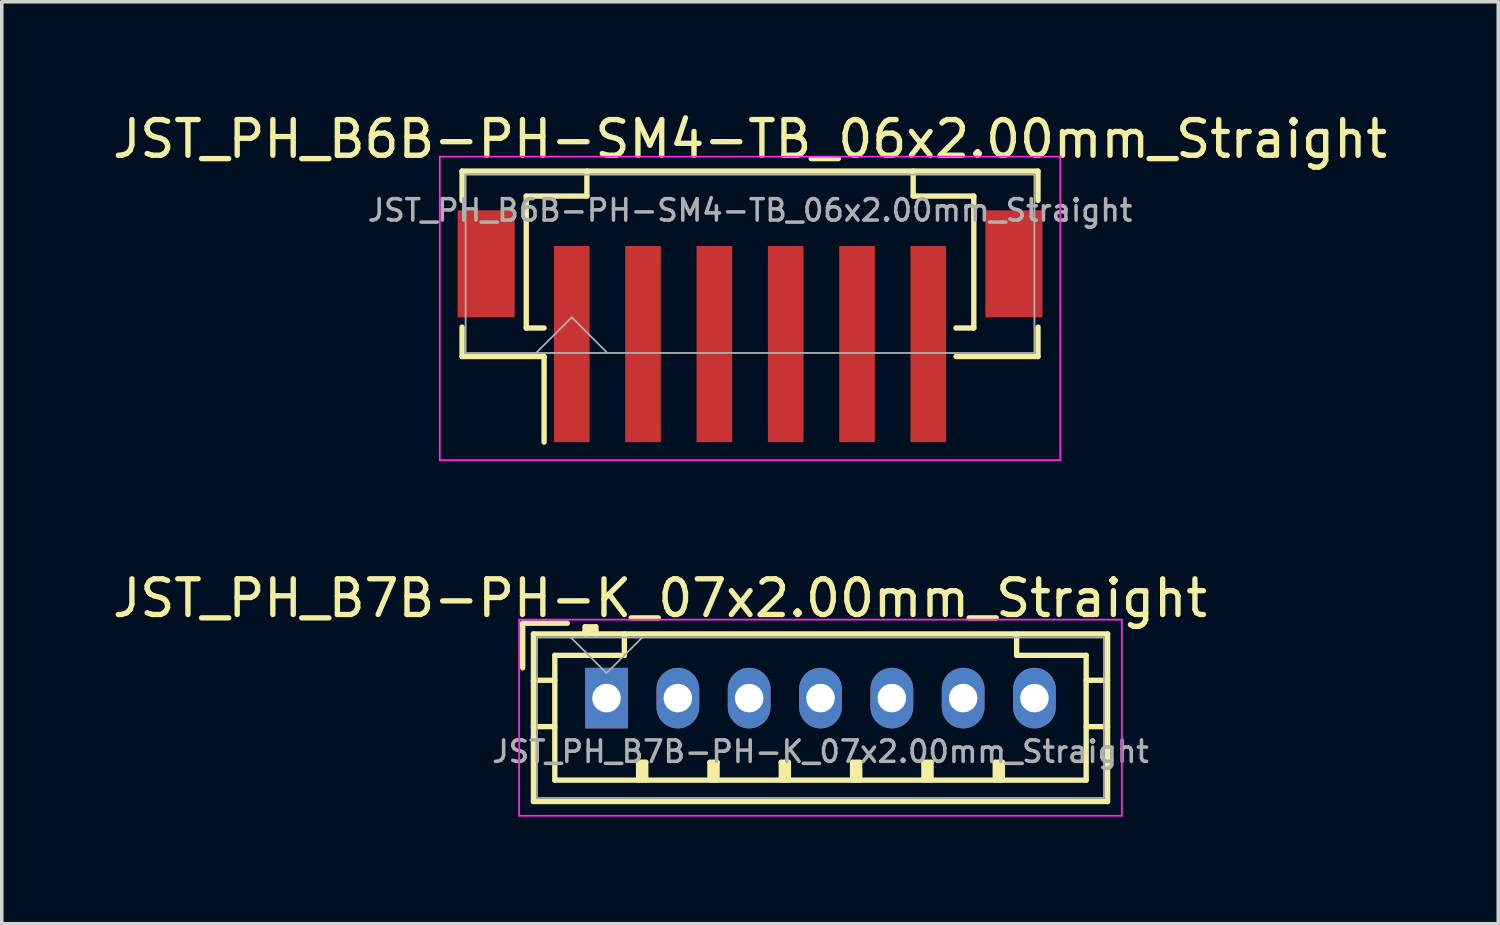
<source format=kicad_pcb>
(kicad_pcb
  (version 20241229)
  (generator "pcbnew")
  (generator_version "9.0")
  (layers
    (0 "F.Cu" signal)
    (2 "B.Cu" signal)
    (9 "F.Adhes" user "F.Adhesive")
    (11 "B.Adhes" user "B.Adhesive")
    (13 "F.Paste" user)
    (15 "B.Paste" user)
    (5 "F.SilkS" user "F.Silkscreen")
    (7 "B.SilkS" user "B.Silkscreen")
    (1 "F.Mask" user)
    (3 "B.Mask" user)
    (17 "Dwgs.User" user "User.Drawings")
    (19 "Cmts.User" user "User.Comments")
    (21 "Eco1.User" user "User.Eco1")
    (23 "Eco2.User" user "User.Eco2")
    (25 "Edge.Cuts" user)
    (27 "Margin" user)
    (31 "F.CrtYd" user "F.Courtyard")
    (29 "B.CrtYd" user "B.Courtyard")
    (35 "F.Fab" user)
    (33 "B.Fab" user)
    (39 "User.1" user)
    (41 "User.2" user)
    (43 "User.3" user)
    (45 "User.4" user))
  (footprint "JST_PH_B6B-PH-SM4-TB_06x2.00mm_Straight"
    (layer "F.Cu")
    (at 17.982 5.473)
    (property "Reference" "JST_PH_B6B-PH-SM4-TB_06x2.00mm_Straight" (at 0 -2.625 0) (layer "F.Fab") (effects (font (size 0.6 0.6) (thickness 0.1))))
    (attr smd)
    (fp_line (start -8.075 -3.725) (end 8.075 -3.725) (stroke (width 0.15) (type solid)) (layer "F.SilkS"))
    (fp_line (start -8.075 -2.9) (end -8.075 -3.725) (stroke (width 0.15) (type solid)) (layer "F.SilkS"))
    (fp_line (start -8.075 0.65) (end -8.075 1.475) (stroke (width 0.15) (type solid)) (layer "F.SilkS"))
    (fp_line (start -8.075 1.475) (end -5.775 1.475) (stroke (width 0.15) (type solid)) (layer "F.SilkS"))
    (fp_line (start -6.275 -3.025) (end -6.275 0.675) (stroke (width 0.15) (type solid)) (layer "F.SilkS"))
    (fp_line (start -6.275 0.675) (end -5.775 0.675) (stroke (width 0.15) (type solid)) (layer "F.SilkS"))
    (fp_line (start -5.775 1.475) (end -5.775 3.875) (stroke (width 0.15) (type solid)) (layer "F.SilkS"))
    (fp_line (start -4.575 -3.725) (end -4.575 -3.025) (stroke (width 0.15) (type solid)) (layer "F.SilkS"))
    (fp_line (start -4.575 -3.025) (end -6.275 -3.025) (stroke (width 0.15) (type solid)) (layer "F.SilkS"))
    (fp_line (start 4.575 -3.725) (end 4.575 -3.025) (stroke (width 0.15) (type solid)) (layer "F.SilkS"))
    (fp_line (start 4.575 -3.025) (end 6.275 -3.025) (stroke (width 0.15) (type solid)) (layer "F.SilkS"))
    (fp_line (start 6.275 -3.025) (end 6.275 0.675) (stroke (width 0.15) (type solid)) (layer "F.SilkS"))
    (fp_line (start 6.275 0.675) (end 5.775 0.675) (stroke (width 0.15) (type solid)) (layer "F.SilkS"))
    (fp_line (start 8.075 -3.725) (end 8.075 -2.9) (stroke (width 0.15) (type solid)) (layer "F.SilkS"))
    (fp_line (start 8.075 0.65) (end 8.075 1.475) (stroke (width 0.15) (type solid)) (layer "F.SilkS"))
    (fp_line (start 8.075 1.475) (end 5.775 1.475) (stroke (width 0.15) (type solid)) (layer "F.SilkS"))
    (fp_line (start -8.7 -4.13) (end -8.7 4.38) (stroke (width 0.05) (type solid)) (layer "F.CrtYd"))
    (fp_line (start -8.7 4.38) (end 8.7 4.38) (stroke (width 0.05) (type solid)) (layer "F.CrtYd"))
    (fp_line (start 8.7 -4.13) (end -8.7 -4.13) (stroke (width 0.05) (type solid)) (layer "F.CrtYd"))
    (fp_line (start 8.7 4.38) (end 8.7 -4.13) (stroke (width 0.05) (type solid)) (layer "F.CrtYd"))
    (fp_line (start -7.975 -3.625) (end -7.975 1.375) (stroke (width 0.05) (type solid)) (layer "F.Fab"))
    (fp_line (start -7.975 1.375) (end 7.975 1.375) (stroke (width 0.05) (type solid)) (layer "F.Fab"))
    (fp_line (start -6 1.375) (end -5 0.375) (stroke (width 0.05) (type solid)) (layer "F.Fab"))
    (fp_line (start -5 0.375) (end -4 1.375) (stroke (width 0.05) (type solid)) (layer "F.Fab"))
    (fp_line (start 7.975 -3.625) (end -7.975 -3.625) (stroke (width 0.05) (type solid)) (layer "F.Fab"))
    (fp_line (start 7.975 1.375) (end 7.975 -3.625) (stroke (width 0.05) (type solid)) (layer "F.Fab"))
    (fp_text user "${REFERENCE}" (at 0 -4.625 0) (layer "F.SilkS") (effects (font (size 1 1) (thickness 0.15))))
    (pad "" smd rect (at -7.4 -1.125) (size 1.6 3) (layers "F.Cu" "F.Mask" "F.Paste"))
    (pad "" smd rect (at 7.4 -1.125) (size 1.6 3) (layers "F.Cu" "F.Mask" "F.Paste"))
    (pad "1" smd rect (at -5 1.125) (size 1 5.5) (layers "F.Cu" "F.Mask" "F.Paste"))
    (pad "2" smd rect (at -3 1.125) (size 1 5.5) (layers "F.Cu" "F.Mask" "F.Paste"))
    (pad "3" smd rect (at -1 1.125) (size 1 5.5) (layers "F.Cu" "F.Mask" "F.Paste"))
    (pad "4" smd rect (at 1 1.125) (size 1 5.5) (layers "F.Cu" "F.Mask" "F.Paste"))
    (pad "5" smd rect (at 3 1.125) (size 1 5.5) (layers "F.Cu" "F.Mask" "F.Paste"))
    (pad "6" smd rect (at 5 1.125) (size 1 5.5) (layers "F.Cu" "F.Mask" "F.Paste")))
  (footprint "JST_PH_B7B-PH-K_07x2.00mm_Straight"
    (layer "F.Cu")
    (at 13.958 16.526)
    (property "Reference" "JST_PH_B7B-PH-K_07x2.00mm_Straight" (at 6 1.5 0) (layer "F.Fab") (effects (font (size 0.6 0.6) (thickness 0.1))))
    (attr through_hole)
    (fp_line (start -2.35 -2.1) (end -2.35 -0.85) (stroke (width 0.15) (type solid)) (layer "F.SilkS"))
    (fp_line (start -2.05 -1.8) (end -2.05 2.9) (stroke (width 0.15) (type solid)) (layer "F.SilkS"))
    (fp_line (start -2.05 -0.5) (end -1.45 -0.5) (stroke (width 0.15) (type solid)) (layer "F.SilkS"))
    (fp_line (start -2.05 0.8) (end -1.45 0.8) (stroke (width 0.15) (type solid)) (layer "F.SilkS"))
    (fp_line (start -2.05 2.9) (end 14.05 2.9) (stroke (width 0.15) (type solid)) (layer "F.SilkS"))
    (fp_line (start -1.45 -1.2) (end -1.45 2.3) (stroke (width 0.15) (type solid)) (layer "F.SilkS"))
    (fp_line (start -1.45 2.3) (end 13.45 2.3) (stroke (width 0.15) (type solid)) (layer "F.SilkS"))
    (fp_line (start -1.1 -2.1) (end -2.35 -2.1) (stroke (width 0.15) (type solid)) (layer "F.SilkS"))
    (fp_line (start -0.6 -2) (end -0.6 -1.8) (stroke (width 0.15) (type solid)) (layer "F.SilkS"))
    (fp_line (start -0.3 -2) (end -0.6 -2) (stroke (width 0.15) (type solid)) (layer "F.SilkS"))
    (fp_line (start -0.3 -1.9) (end -0.6 -1.9) (stroke (width 0.15) (type solid)) (layer "F.SilkS"))
    (fp_line (start -0.3 -1.8) (end -0.3 -2) (stroke (width 0.15) (type solid)) (layer "F.SilkS"))
    (fp_line (start 0.5 -1.8) (end 0.5 -1.2) (stroke (width 0.15) (type solid)) (layer "F.SilkS"))
    (fp_line (start 0.5 -1.2) (end -1.45 -1.2) (stroke (width 0.15) (type solid)) (layer "F.SilkS"))
    (fp_line (start 0.9 1.8) (end 1.1 1.8) (stroke (width 0.15) (type solid)) (layer "F.SilkS"))
    (fp_line (start 0.9 2.3) (end 0.9 1.8) (stroke (width 0.15) (type solid)) (layer "F.SilkS"))
    (fp_line (start 1 2.3) (end 1 1.8) (stroke (width 0.15) (type solid)) (layer "F.SilkS"))
    (fp_line (start 1.1 1.8) (end 1.1 2.3) (stroke (width 0.15) (type solid)) (layer "F.SilkS"))
    (fp_line (start 2.9 1.8) (end 3.1 1.8) (stroke (width 0.15) (type solid)) (layer "F.SilkS"))
    (fp_line (start 2.9 2.3) (end 2.9 1.8) (stroke (width 0.15) (type solid)) (layer "F.SilkS"))
    (fp_line (start 3 2.3) (end 3 1.8) (stroke (width 0.15) (type solid)) (layer "F.SilkS"))
    (fp_line (start 3.1 1.8) (end 3.1 2.3) (stroke (width 0.15) (type solid)) (layer "F.SilkS"))
    (fp_line (start 4.9 1.8) (end 5.1 1.8) (stroke (width 0.15) (type solid)) (layer "F.SilkS"))
    (fp_line (start 4.9 2.3) (end 4.9 1.8) (stroke (width 0.15) (type solid)) (layer "F.SilkS"))
    (fp_line (start 5 2.3) (end 5 1.8) (stroke (width 0.15) (type solid)) (layer "F.SilkS"))
    (fp_line (start 5.1 1.8) (end 5.1 2.3) (stroke (width 0.15) (type solid)) (layer "F.SilkS"))
    (fp_line (start 6.9 1.8) (end 7.1 1.8) (stroke (width 0.15) (type solid)) (layer "F.SilkS"))
    (fp_line (start 6.9 2.3) (end 6.9 1.8) (stroke (width 0.15) (type solid)) (layer "F.SilkS"))
    (fp_line (start 7 2.3) (end 7 1.8) (stroke (width 0.15) (type solid)) (layer "F.SilkS"))
    (fp_line (start 7.1 1.8) (end 7.1 2.3) (stroke (width 0.15) (type solid)) (layer "F.SilkS"))
    (fp_line (start 8.9 1.8) (end 9.1 1.8) (stroke (width 0.15) (type solid)) (layer "F.SilkS"))
    (fp_line (start 8.9 2.3) (end 8.9 1.8) (stroke (width 0.15) (type solid)) (layer "F.SilkS"))
    (fp_line (start 9 2.3) (end 9 1.8) (stroke (width 0.15) (type solid)) (layer "F.SilkS"))
    (fp_line (start 9.1 1.8) (end 9.1 2.3) (stroke (width 0.15) (type solid)) (layer "F.SilkS"))
    (fp_line (start 10.9 1.8) (end 11.1 1.8) (stroke (width 0.15) (type solid)) (layer "F.SilkS"))
    (fp_line (start 10.9 2.3) (end 10.9 1.8) (stroke (width 0.15) (type solid)) (layer "F.SilkS"))
    (fp_line (start 11 2.3) (end 11 1.8) (stroke (width 0.15) (type solid)) (layer "F.SilkS"))
    (fp_line (start 11.1 1.8) (end 11.1 2.3) (stroke (width 0.15) (type solid)) (layer "F.SilkS"))
    (fp_line (start 11.5 -1.2) (end 11.5 -1.8) (stroke (width 0.15) (type solid)) (layer "F.SilkS"))
    (fp_line (start 13.45 -1.2) (end 11.5 -1.2) (stroke (width 0.15) (type solid)) (layer "F.SilkS"))
    (fp_line (start 13.45 2.3) (end 13.45 -1.2) (stroke (width 0.15) (type solid)) (layer "F.SilkS"))
    (fp_line (start 14.05 -1.8) (end -2.05 -1.8) (stroke (width 0.15) (type solid)) (layer "F.SilkS"))
    (fp_line (start 14.05 -0.5) (end 13.45 -0.5) (stroke (width 0.15) (type solid)) (layer "F.SilkS"))
    (fp_line (start 14.05 0.8) (end 13.45 0.8) (stroke (width 0.15) (type solid)) (layer "F.SilkS"))
    (fp_line (start 14.05 2.9) (end 14.05 -1.8) (stroke (width 0.15) (type solid)) (layer "F.SilkS"))
    (fp_line (start -2.45 -2.2) (end -2.45 3.3) (stroke (width 0.05) (type solid)) (layer "F.CrtYd"))
    (fp_line (start -2.45 3.3) (end 14.45 3.3) (stroke (width 0.05) (type solid)) (layer "F.CrtYd"))
    (fp_line (start 14.45 -2.2) (end -2.45 -2.2) (stroke (width 0.05) (type solid)) (layer "F.CrtYd"))
    (fp_line (start 14.45 3.3) (end 14.45 -2.2) (stroke (width 0.05) (type solid)) (layer "F.CrtYd"))
    (fp_line (start -1.95 -1.7) (end -1.95 2.8) (stroke (width 0.05) (type solid)) (layer "F.Fab"))
    (fp_line (start -1.95 2.8) (end 13.95 2.8) (stroke (width 0.05) (type solid)) (layer "F.Fab"))
    (fp_line (start -1 -1.7) (end 0 -0.7) (stroke (width 0.05) (type solid)) (layer "F.Fab"))
    (fp_line (start 0 -0.7) (end 1 -1.7) (stroke (width 0.05) (type solid)) (layer "F.Fab"))
    (fp_line (start 13.95 -1.7) (end -1.95 -1.7) (stroke (width 0.05) (type solid)) (layer "F.Fab"))
    (fp_line (start 13.95 2.8) (end 13.95 -1.7) (stroke (width 0.05) (type solid)) (layer "F.Fab"))
    (fp_text user "${REFERENCE}" (at 1.5 -2.8 0) (layer "F.SilkS") (effects (font (size 1 1) (thickness 0.15))))
    (pad "1" thru_hole rect (at 0 0) (size 1.2 1.7) (drill 0.8) (layers "*.Cu" "*.Mask"))
    (pad "2" thru_hole oval (at 2 0) (size 1.2 1.7) (drill 0.8) (layers "*.Cu" "*.Mask"))
    (pad "3" thru_hole oval (at 4 0) (size 1.2 1.7) (drill 0.8) (layers "*.Cu" "*.Mask"))
    (pad "4" thru_hole oval (at 6 0) (size 1.2 1.7) (drill 0.8) (layers "*.Cu" "*.Mask"))
    (pad "5" thru_hole oval (at 8 0) (size 1.2 1.7) (drill 0.8) (layers "*.Cu" "*.Mask"))
    (pad "6" thru_hole oval (at 10 0) (size 1.2 1.7) (drill 0.8) (layers "*.Cu" "*.Mask"))
    (pad "7" thru_hole oval (at 12 0) (size 1.2 1.7) (drill 0.8) (layers "*.Cu" "*.Mask")))
  (gr_rect
    (start -3 -3)
    (end 38.964 22.852)
    (stroke (width 0.1) (type default))
    (fill no)
    (layer "Edge.Cuts")))
</source>
